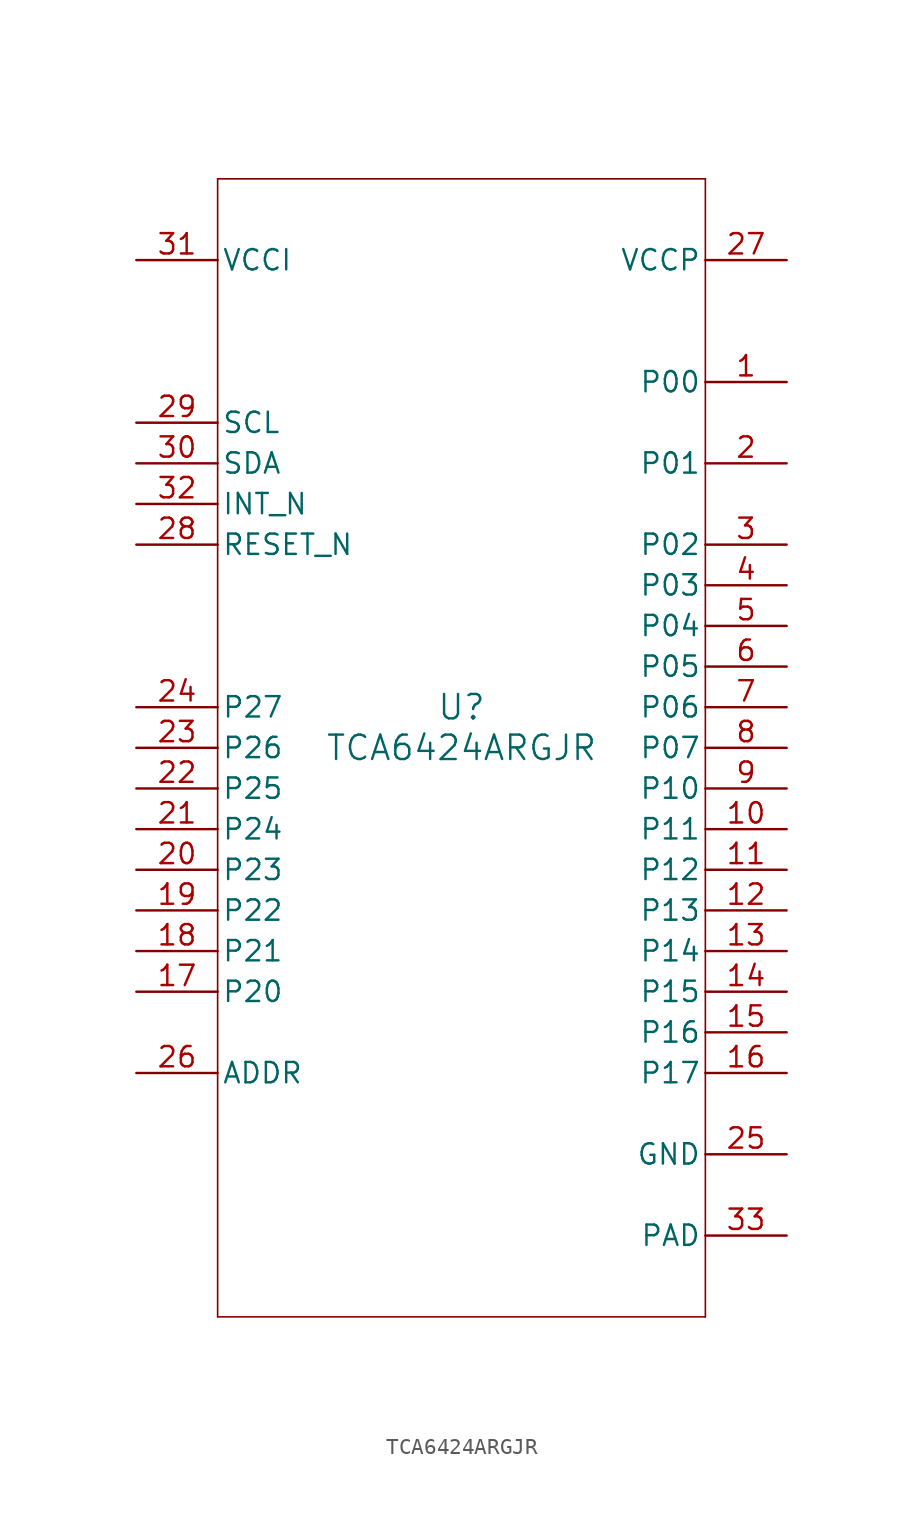
<source format=kicad_sym>
(kicad_symbol_lib
  (version 20211014)
  (generator kicad_symbol_editor)
  (symbol "TCA6424ARGJR"
    (pin_names
      (offset 0.254))
    (property "Reference" "U"
      (at 0 2.54 0)
      (effects (font (size 1.524 1.524))))
    (property "Value" "TCA6424ARGJR"
      (at 0 0 0)
      (effects (font (size 1.524 1.524))))
    (symbol "TCA6424ARGJR_0_1"
      (polyline (pts (xy -15.24 -35.56) (xy 15.24 -35.56)) (stroke (width 0.102) (type default) (color 0 0 0 0)) (fill (type none)))
      (polyline (pts (xy 15.24 -35.56) (xy 15.24 35.56)) (stroke (width 0.102) (type default) (color 0 0 0 0)) (fill (type none)))
      (polyline (pts (xy 15.24 35.56) (xy -15.24 35.56)) (stroke (width 0.102) (type default) (color 0 0 0 0)) (fill (type none)))
      (polyline (pts (xy -15.24 35.56) (xy -15.24 -35.56)) (stroke (width 0.102) (type default) (color 0 0 0 0)) (fill (type none)))
      (pin bidirectional line (at 20.32 22.86 180) (length 5.08) (name "P00" (effects (font (size 1.27 1.27)))) (number "1" (effects (font (size 1.27 1.27)))))
      (pin bidirectional line (at 20.32 17.78 180) (length 5.08) (name "P01" (effects (font (size 1.27 1.27)))) (number "2" (effects (font (size 1.27 1.27)))))
      (pin bidirectional line (at 20.32 12.7 180) (length 5.08) (name "P02" (effects (font (size 1.27 1.27)))) (number "3" (effects (font (size 1.27 1.27)))))
      (pin bidirectional line (at 20.32 10.16 180) (length 5.08) (name "P03" (effects (font (size 1.27 1.27)))) (number "4" (effects (font (size 1.27 1.27)))))
      (pin bidirectional line (at 20.32 7.62 180) (length 5.08) (name "P04" (effects (font (size 1.27 1.27)))) (number "5" (effects (font (size 1.27 1.27)))))
      (pin bidirectional line (at 20.32 5.08 180) (length 5.08) (name "P05" (effects (font (size 1.27 1.27)))) (number "6" (effects (font (size 1.27 1.27)))))
      (pin bidirectional line (at 20.32 2.54 180) (length 5.08) (name "P06" (effects (font (size 1.27 1.27)))) (number "7" (effects (font (size 1.27 1.27)))))
      (pin bidirectional line (at 20.32 0 180) (length 5.08) (name "P07" (effects (font (size 1.27 1.27)))) (number "8" (effects (font (size 1.27 1.27)))))
      (pin bidirectional line (at 20.32 -2.54 180) (length 5.08) (name "P10" (effects (font (size 1.27 1.27)))) (number "9" (effects (font (size 1.27 1.27)))))
      (pin bidirectional line (at 20.32 -5.08 180) (length 5.08) (name "P11" (effects (font (size 1.27 1.27)))) (number "10" (effects (font (size 1.27 1.27)))))
      (pin bidirectional line (at 20.32 -7.62 180) (length 5.08) (name "P12" (effects (font (size 1.27 1.27)))) (number "11" (effects (font (size 1.27 1.27)))))
      (pin bidirectional line (at 20.32 -10.16 180) (length 5.08) (name "P13" (effects (font (size 1.27 1.27)))) (number "12" (effects (font (size 1.27 1.27)))))
      (pin bidirectional line (at 20.32 -12.7 180) (length 5.08) (name "P14" (effects (font (size 1.27 1.27)))) (number "13" (effects (font (size 1.27 1.27)))))
      (pin bidirectional line (at 20.32 -15.24 180) (length 5.08) (name "P15" (effects (font (size 1.27 1.27)))) (number "14" (effects (font (size 1.27 1.27)))))
      (pin bidirectional line (at 20.32 -17.78 180) (length 5.08) (name "P16" (effects (font (size 1.27 1.27)))) (number "15" (effects (font (size 1.27 1.27)))))
      (pin bidirectional line (at 20.32 -20.32 180) (length 5.08) (name "P17" (effects (font (size 1.27 1.27)))) (number "16" (effects (font (size 1.27 1.27)))))
      (pin bidirectional line (at -20.32 -15.24 0) (length 5.08) (name "P20" (effects (font (size 1.27 1.27)))) (number "17" (effects (font (size 1.27 1.27)))))
      (pin bidirectional line (at -20.32 -12.7 0) (length 5.08) (name "P21" (effects (font (size 1.27 1.27)))) (number "18" (effects (font (size 1.27 1.27)))))
      (pin bidirectional line (at -20.32 -10.16 0) (length 5.08) (name "P22" (effects (font (size 1.27 1.27)))) (number "19" (effects (font (size 1.27 1.27)))))
      (pin bidirectional line (at -20.32 -7.62 0) (length 5.08) (name "P23" (effects (font (size 1.27 1.27)))) (number "20" (effects (font (size 1.27 1.27)))))
      (pin bidirectional line (at -20.32 -5.08 0) (length 5.08) (name "P24" (effects (font (size 1.27 1.27)))) (number "21" (effects (font (size 1.27 1.27)))))
      (pin bidirectional line (at -20.32 -2.54 0) (length 5.08) (name "P25" (effects (font (size 1.27 1.27)))) (number "22" (effects (font (size 1.27 1.27)))))
      (pin bidirectional line (at -20.32 0 0) (length 5.08) (name "P26" (effects (font (size 1.27 1.27)))) (number "23" (effects (font (size 1.27 1.27)))))
      (pin bidirectional line (at -20.32 2.54 0) (length 5.08) (name "P27" (effects (font (size 1.27 1.27)))) (number "24" (effects (font (size 1.27 1.27)))))
      (pin power_in line (at 20.32 -25.4 180) (length 5.08) (name "GND" (effects (font (size 1.27 1.27)))) (number "25" (effects (font (size 1.27 1.27)))))
      (pin input line (at -20.32 -20.32 0) (length 5.08) (name "ADDR" (effects (font (size 1.27 1.27)))) (number "26" (effects (font (size 1.27 1.27)))))
      (pin power_in line (at 20.32 30.48 180) (length 5.08) (name "VCCP" (effects (font (size 1.27 1.27)))) (number "27" (effects (font (size 1.27 1.27)))))
      (pin input line (at -20.32 12.7 0) (length 5.08) (name "RESET_N" (effects (font (size 1.27 1.27)))) (number "28" (effects (font (size 1.27 1.27)))))
      (pin input line (at -20.32 20.32 0) (length 5.08) (name "SCL" (effects (font (size 1.27 1.27)))) (number "29" (effects (font (size 1.27 1.27)))))
      (pin bidirectional line (at -20.32 17.78 0) (length 5.08) (name "SDA" (effects (font (size 1.27 1.27)))) (number "30" (effects (font (size 1.27 1.27)))))
      (pin power_in line (at -20.32 30.48 0) (length 5.08) (name "VCCI" (effects (font (size 1.27 1.27)))) (number "31" (effects (font (size 1.27 1.27)))))
      (pin output line (at -20.32 15.24 0) (length 5.08) (name "INT_N" (effects (font (size 1.27 1.27)))) (number "32" (effects (font (size 1.27 1.27)))))
      (pin power_in line (at 20.32 -30.48 180) (length 5.08) (name "PAD" (effects (font (size 1.27 1.27)))) (number "33" (effects (font (size 1.27 1.27))))))))
</source>
